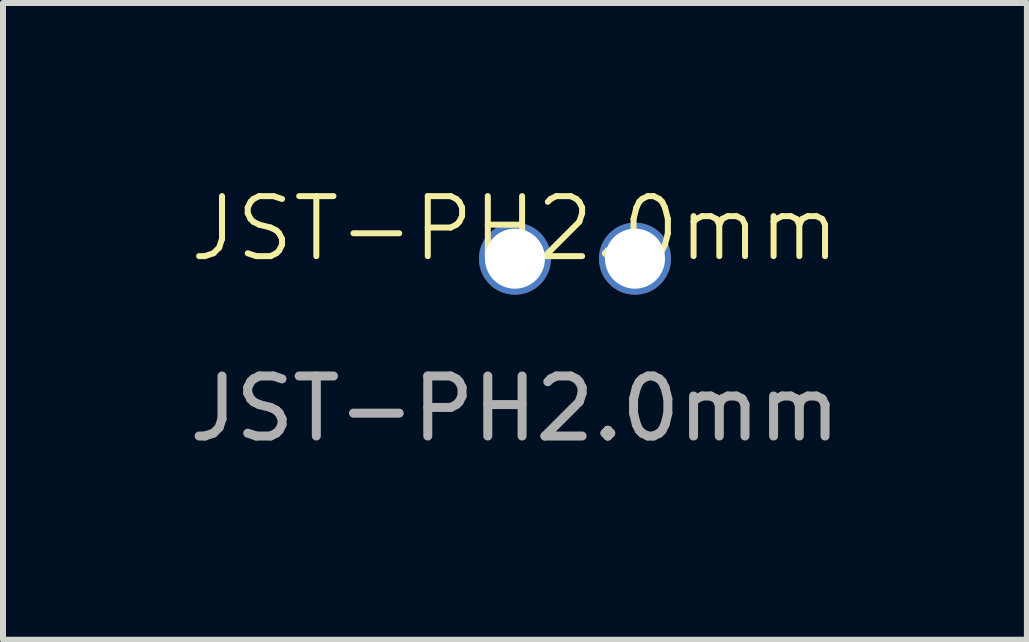
<source format=kicad_pcb>
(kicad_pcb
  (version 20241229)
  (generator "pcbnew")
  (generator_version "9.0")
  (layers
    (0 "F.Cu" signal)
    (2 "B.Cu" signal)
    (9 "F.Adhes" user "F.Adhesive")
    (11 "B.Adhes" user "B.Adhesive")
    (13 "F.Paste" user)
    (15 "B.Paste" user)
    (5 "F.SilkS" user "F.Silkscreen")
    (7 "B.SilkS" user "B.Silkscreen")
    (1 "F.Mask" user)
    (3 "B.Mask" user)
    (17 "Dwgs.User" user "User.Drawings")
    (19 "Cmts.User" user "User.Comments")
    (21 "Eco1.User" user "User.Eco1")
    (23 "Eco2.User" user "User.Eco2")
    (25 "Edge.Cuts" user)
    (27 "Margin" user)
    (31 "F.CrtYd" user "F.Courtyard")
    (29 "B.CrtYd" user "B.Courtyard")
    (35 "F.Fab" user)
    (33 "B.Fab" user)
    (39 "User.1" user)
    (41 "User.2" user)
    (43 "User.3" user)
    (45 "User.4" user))
  (footprint "JST-PH2.0mm"
    (layer "F.Cu")
    (at 5.53 1.26)
    (property "Reference" "JST-PH2.0mm" (at 0 -0.5 0) (unlocked yes) (layer "F.SilkS") (effects (font (size 1 1) (thickness 0.1))))
    (attr smd)
    (fp_text user "${REFERENCE}" (at 0 2.5 0) (unlocked yes) (layer "F.Fab") (effects (font (size 1 1) (thickness 0.15))))
    (pad "1" thru_hole circle (at 0 0) (size 1.2 1.2) (drill 1) (layers "*.Cu" "*.Mask"))
    (pad "2" thru_hole circle (at 2 0) (size 1.2 1.2) (drill 1) (layers "*.Cu" "*.Mask")))
  (gr_rect
    (start -3 -3)
    (end 14.06 7.609)
    (stroke (width 0.1) (type default))
    (fill no)
    (layer "Edge.Cuts")))
</source>
